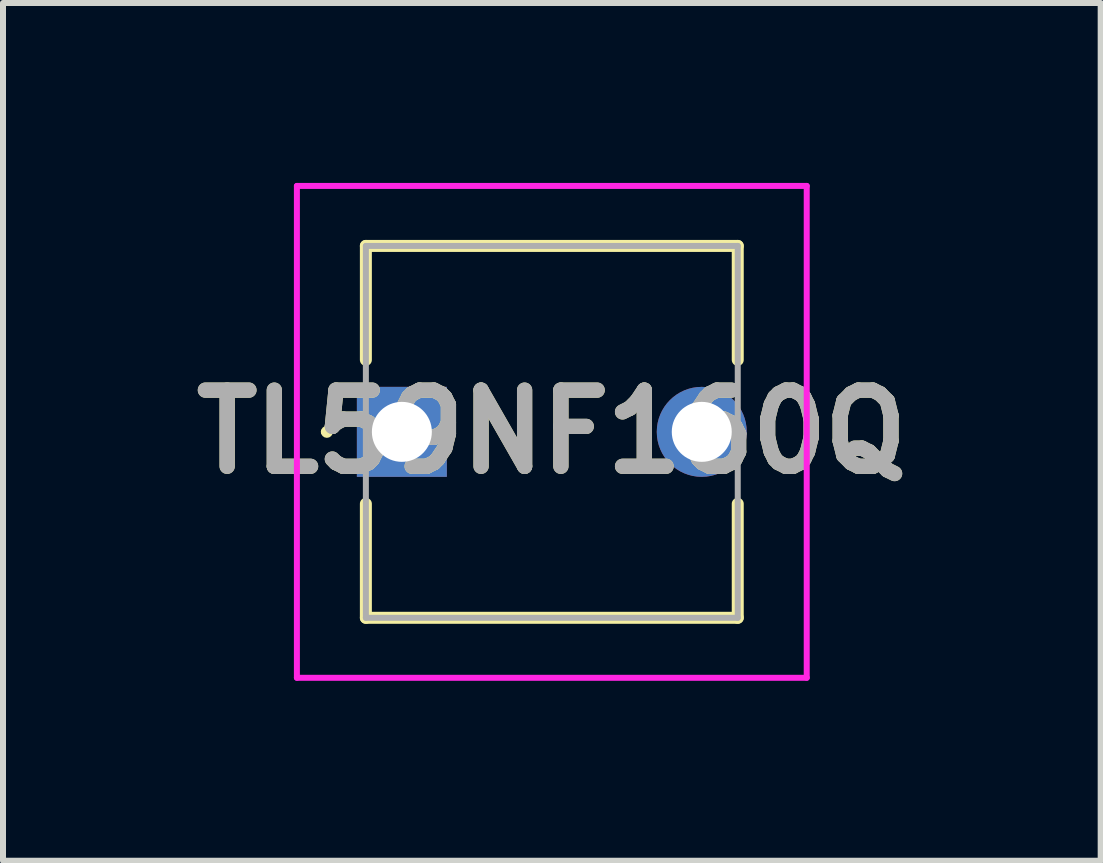
<source format=kicad_pcb>
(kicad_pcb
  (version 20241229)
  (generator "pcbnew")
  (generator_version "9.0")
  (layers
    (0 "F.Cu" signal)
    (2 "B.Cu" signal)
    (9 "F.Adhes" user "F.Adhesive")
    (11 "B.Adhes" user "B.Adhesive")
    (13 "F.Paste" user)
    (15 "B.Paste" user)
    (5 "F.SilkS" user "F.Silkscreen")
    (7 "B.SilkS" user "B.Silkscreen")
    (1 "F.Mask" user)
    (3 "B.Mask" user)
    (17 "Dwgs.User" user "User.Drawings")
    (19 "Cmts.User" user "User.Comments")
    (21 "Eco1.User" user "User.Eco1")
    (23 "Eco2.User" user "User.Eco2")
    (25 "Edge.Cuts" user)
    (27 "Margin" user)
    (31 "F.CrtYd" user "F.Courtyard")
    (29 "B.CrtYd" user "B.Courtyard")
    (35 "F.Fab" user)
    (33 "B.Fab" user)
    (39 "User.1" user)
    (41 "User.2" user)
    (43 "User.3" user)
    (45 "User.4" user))
  (footprint "TL59NF160Q"
    (layer "F.Cu")
    (at 3.65 4.15)
    (property "Reference" "TL59NF160Q" (at 2.5 0 0) (layer "F.SilkS") (effects (font (size 1.27 1.27) (thickness 0.254))))
    (attr through_hole)
    (fp_line (start -1.3 0) (end -1.3 0) (stroke (width 0.1) (type solid)) (layer "F.SilkS"))
    (fp_line (start -1.2 0) (end -1.2 0) (stroke (width 0.1) (type solid)) (layer "F.SilkS"))
    (fp_line (start -0.6 -3.1) (end 5.6 -3.1) (stroke (width 0.2) (type solid)) (layer "F.SilkS"))
    (fp_line (start -0.6 -1.2) (end -0.6 -3.1) (stroke (width 0.2) (type solid)) (layer "F.SilkS"))
    (fp_line (start -0.6 1.2) (end -0.6 3.1) (stroke (width 0.2) (type solid)) (layer "F.SilkS"))
    (fp_line (start -0.6 3.1) (end 5.6 3.1) (stroke (width 0.2) (type solid)) (layer "F.SilkS"))
    (fp_line (start 5.6 -3.1) (end 5.6 -1.2) (stroke (width 0.2) (type solid)) (layer "F.SilkS"))
    (fp_line (start 5.6 3.1) (end 5.6 1.2) (stroke (width 0.2) (type solid)) (layer "F.SilkS"))
    (fp_arc (start -1.3 0) (mid -1.25 -0.05) (end -1.2 0) (stroke (width 0.1) (type solid)) (layer "F.SilkS"))
    (fp_arc (start -1.2 0) (mid -1.25 0.05) (end -1.3 0) (stroke (width 0.1) (type solid)) (layer "F.SilkS"))
    (fp_line (start -1.75 -4.1) (end 6.75 -4.1) (stroke (width 0.1) (type solid)) (layer "F.CrtYd"))
    (fp_line (start -1.75 4.1) (end -1.75 -4.1) (stroke (width 0.1) (type solid)) (layer "F.CrtYd"))
    (fp_line (start 6.75 -4.1) (end 6.75 4.1) (stroke (width 0.1) (type solid)) (layer "F.CrtYd"))
    (fp_line (start 6.75 4.1) (end -1.75 4.1) (stroke (width 0.1) (type solid)) (layer "F.CrtYd"))
    (fp_line (start -0.6 -3.1) (end 5.6 -3.1) (stroke (width 0.1) (type solid)) (layer "F.Fab"))
    (fp_line (start -0.6 3.1) (end -0.6 -3.1) (stroke (width 0.1) (type solid)) (layer "F.Fab"))
    (fp_line (start 5.6 -3.1) (end 5.6 3.1) (stroke (width 0.1) (type solid)) (layer "F.Fab"))
    (fp_line (start 5.6 3.1) (end -0.6 3.1) (stroke (width 0.1) (type solid)) (layer "F.Fab"))
    (fp_text user "${REFERENCE}" (at 2.5 0 0) (layer "F.Fab") (effects (font (size 1.27 1.27) (thickness 0.254))))
    (pad "1" thru_hole rect (at 0 0) (size 1.5 1.5) (drill 1) (layers "*.Cu" "*.Mask"))
    (pad "2" thru_hole circle (at 5 0) (size 1.5 1.5) (drill 1) (layers "*.Cu" "*.Mask")))
  (gr_rect
    (start -3 -3)
    (end 15.301 11.3)
    (stroke (width 0.1) (type default))
    (fill no)
    (layer "Edge.Cuts")))
</source>
